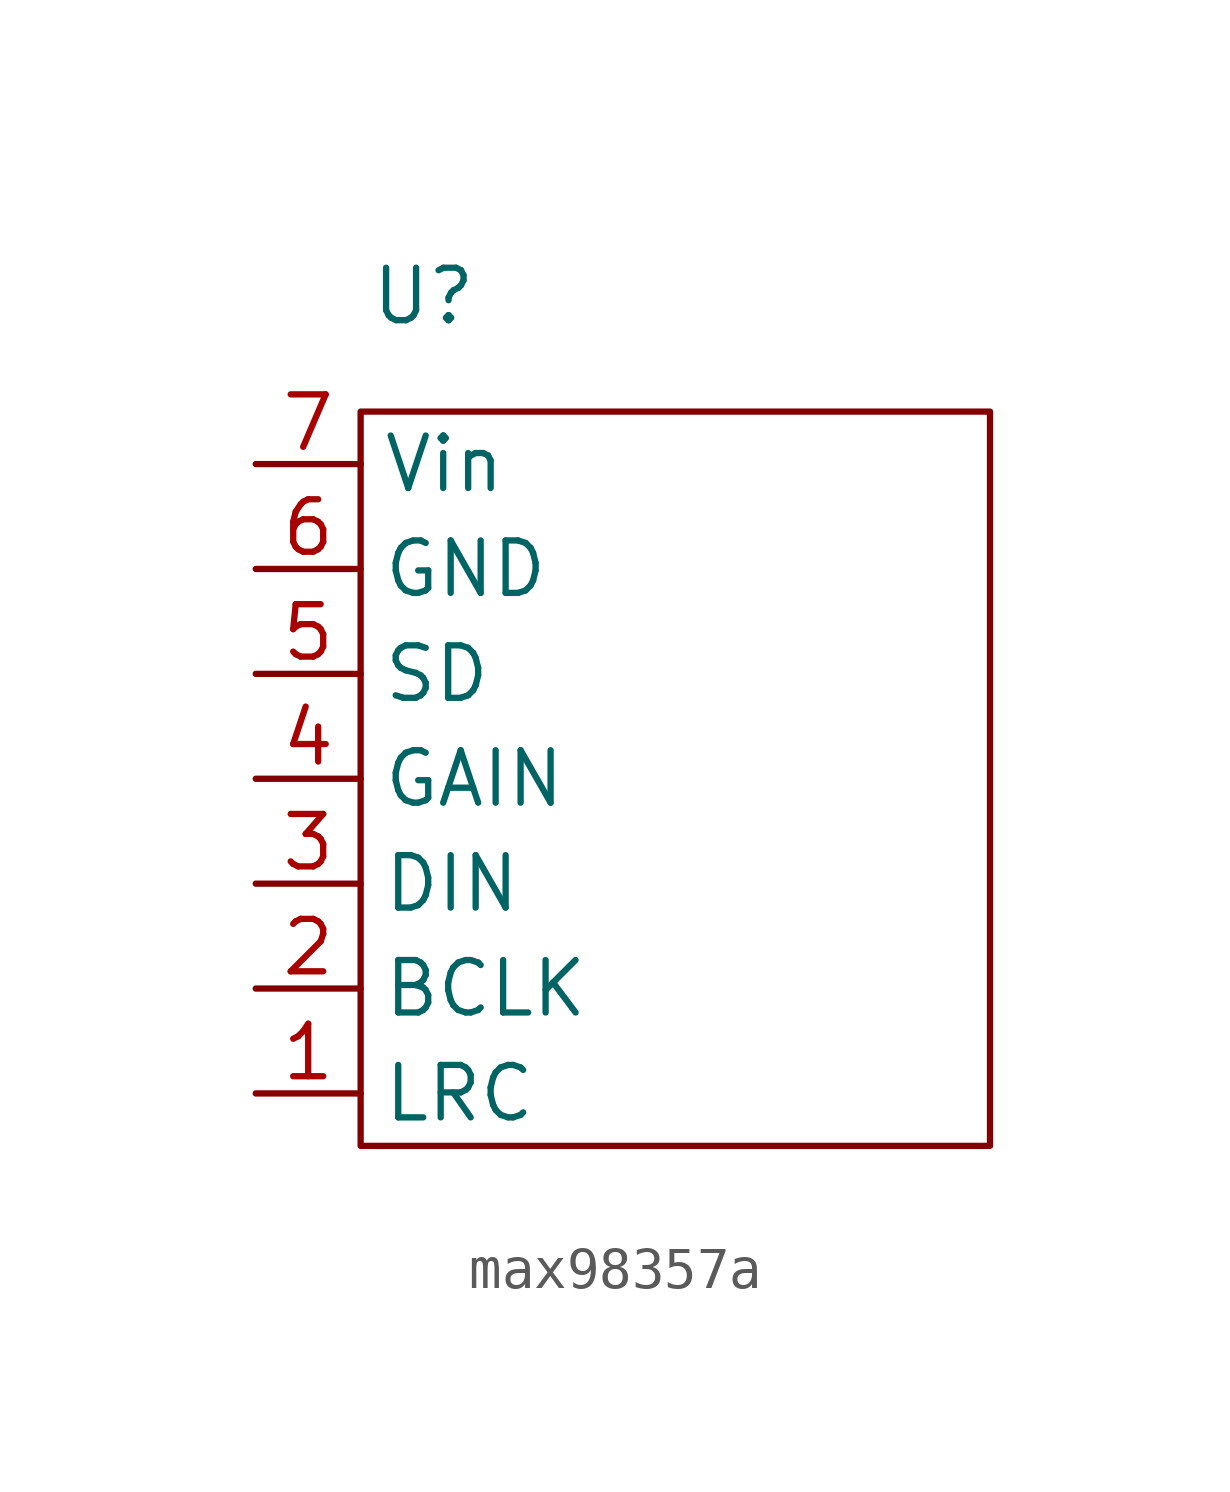
<source format=kicad_sym>
(kicad_symbol_lib
  (version 20241209)
  (generator "kicad_symbol_editor")
  (generator_version "9.0")
  (symbol "max98357a"
    (property "Reference" "U"
      (at 1.524 2.794 0)
      (effects (font (size 1.27 1.27))))
    (property "Value" ""
      (at 0 0 0)
      (effects (font (size 1.27 1.27))))
    (symbol "max98357a_0_1"
      (rectangle (start 0 0) (end 15.24 -17.78) (stroke (width 0) (type default)) (fill (type none))))
    (symbol "max98357a_1_1"
      (pin input line (at -2.54 -1.27 0) (length 2.54) (name "Vin" (effects (font (size 1.27 1.27)))) (number "7" (effects (font (size 1.27 1.27)))))
      (pin input line (at -2.54 -3.81 0) (length 2.54) (name "GND" (effects (font (size 1.27 1.27)))) (number "6" (effects (font (size 1.27 1.27)))))
      (pin input line (at -2.54 -6.35 0) (length 2.54) (name "SD" (effects (font (size 1.27 1.27)))) (number "5" (effects (font (size 1.27 1.27)))))
      (pin input line (at -2.54 -8.89 0) (length 2.54) (name "GAIN" (effects (font (size 1.27 1.27)))) (number "4" (effects (font (size 1.27 1.27)))))
      (pin input line (at -2.54 -11.43 0) (length 2.54) (name "DIN" (effects (font (size 1.27 1.27)))) (number "3" (effects (font (size 1.27 1.27)))))
      (pin input line (at -2.54 -13.97 0) (length 2.54) (name "BCLK" (effects (font (size 1.27 1.27)))) (number "2" (effects (font (size 1.27 1.27)))))
      (pin input line (at -2.54 -16.51 0) (length 2.54) (name "LRC" (effects (font (size 1.27 1.27)))) (number "1" (effects (font (size 1.27 1.27))))))))
</source>
